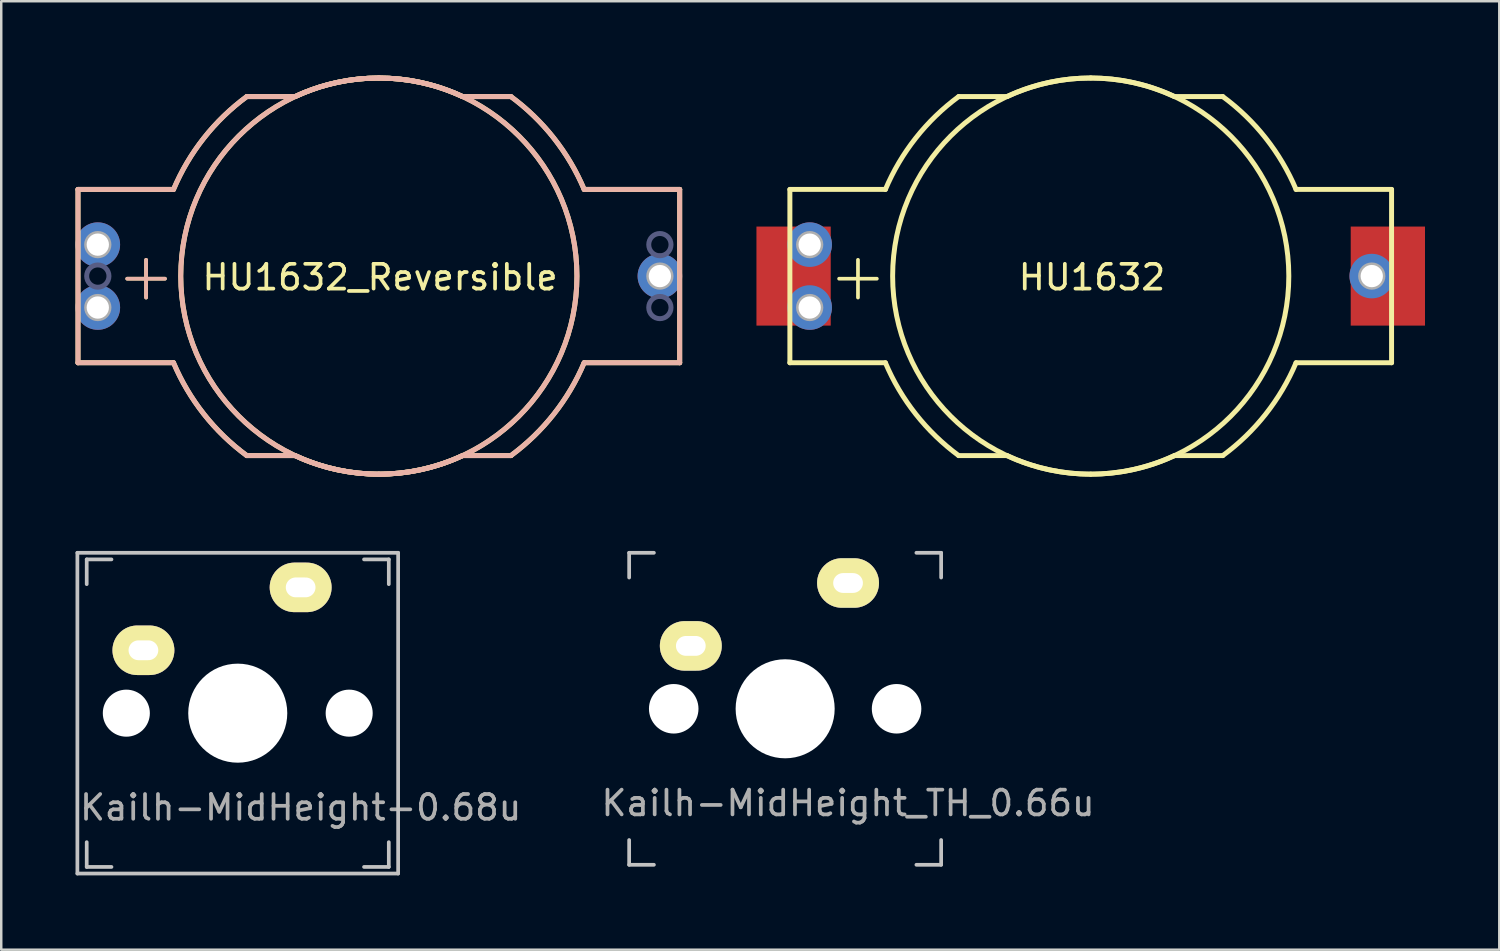
<source format=kicad_pcb>
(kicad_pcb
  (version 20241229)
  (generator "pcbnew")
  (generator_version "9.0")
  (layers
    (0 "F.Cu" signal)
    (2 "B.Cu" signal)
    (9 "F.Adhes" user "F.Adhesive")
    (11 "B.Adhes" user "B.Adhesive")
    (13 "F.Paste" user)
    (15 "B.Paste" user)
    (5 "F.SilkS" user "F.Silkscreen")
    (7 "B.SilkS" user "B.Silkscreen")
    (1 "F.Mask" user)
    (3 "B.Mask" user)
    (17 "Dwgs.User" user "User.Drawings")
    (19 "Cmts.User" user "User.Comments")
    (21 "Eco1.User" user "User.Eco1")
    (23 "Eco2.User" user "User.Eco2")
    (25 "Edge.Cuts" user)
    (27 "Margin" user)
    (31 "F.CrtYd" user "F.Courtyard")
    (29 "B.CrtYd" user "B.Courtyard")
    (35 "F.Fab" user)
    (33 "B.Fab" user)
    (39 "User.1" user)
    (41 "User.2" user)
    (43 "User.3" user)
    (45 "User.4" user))
  (footprint "HU1632_Reversible"
    (layer "F.Cu")
    (at 12.25 8.1)
    (property "Reference" "HU1632_Reversible" (at 0.05 0.05 0) (layer "F.SilkS") (effects (font (size 1 1) (thickness 0.15))))
    (attr through_hole)
    (fp_line (start -12.15 -3.5) (end -12.15 3.5) (stroke (width 0.2) (type solid)) (layer "F.SilkS"))
    (fp_line (start -8.292 -3.5) (end -12.15 -3.5) (stroke (width 0.2) (type solid)) (layer "F.SilkS"))
    (fp_line (start -8.292 3.5) (end -12.15 3.5) (stroke (width 0.2) (type solid)) (layer "F.SilkS"))
    (fp_line (start -5.333 -7.25) (end -3.382 -7.25) (stroke (width 0.2) (type solid)) (layer "F.SilkS"))
    (fp_line (start -5.333 7.25) (end -3.382 7.25) (stroke (width 0.2) (type solid)) (layer "F.SilkS"))
    (fp_line (start 5.333 -7.25) (end 3.382 -7.25) (stroke (width 0.2) (type solid)) (layer "F.SilkS"))
    (fp_line (start 5.333 7.25) (end 3.382 7.25) (stroke (width 0.2) (type solid)) (layer "F.SilkS"))
    (fp_line (start 8.292 -3.5) (end 12.15 -3.5) (stroke (width 0.2) (type solid)) (layer "F.SilkS"))
    (fp_line (start 8.292 3.5) (end 12.15 3.5) (stroke (width 0.2) (type solid)) (layer "F.SilkS"))
    (fp_line (start 12.15 -3.5) (end 12.15 3.5) (stroke (width 0.2) (type solid)) (layer "F.SilkS"))
    (fp_circle (center 0 0) (end 8 0) (stroke (width 0.2) (type solid)) (fill no) (layer "F.SilkS"))
    (fp_curve (pts (xy -8.292 3.5) (xy -7.661 4.994) (xy -6.639 6.289) (xy -5.333 7.25)) (stroke (width 0.2) (type solid)) (layer "F.SilkS"))
    (fp_curve (pts (xy -5.333 -7.25) (xy -6.639 -6.289) (xy -7.661 -4.994) (xy -8.292 -3.5)) (stroke (width 0.2) (type solid)) (layer "F.SilkS"))
    (fp_curve (pts (xy -3.382 7.25) (xy -2.323 7.744) (xy -1.169 8) (xy 0 8)) (stroke (width 0.2) (type solid)) (layer "F.SilkS"))
    (fp_curve (pts (xy 0 -8) (xy -1.169 -8) (xy -2.323 -7.744) (xy -3.382 -7.25)) (stroke (width 0.2) (type solid)) (layer "F.SilkS"))
    (fp_curve (pts (xy 0 8) (xy 1.169 8) (xy 2.323 7.744) (xy 3.382 7.25)) (stroke (width 0.2) (type solid)) (layer "F.SilkS"))
    (fp_curve (pts (xy 3.382 -7.25) (xy 2.323 -7.744) (xy 1.169 -8) (xy 0 -8)) (stroke (width 0.2) (type solid)) (layer "F.SilkS"))
    (fp_curve (pts (xy 5.333 7.25) (xy 6.639 6.289) (xy 7.661 4.994) (xy 8.292 3.5)) (stroke (width 0.2) (type solid)) (layer "F.SilkS"))
    (fp_curve (pts (xy 8.292 -3.5) (xy 7.661 -4.994) (xy 6.639 -6.289) (xy 5.333 -7.25)) (stroke (width 0.2) (type solid)) (layer "F.SilkS"))
    (fp_line (start -12.15 -3.5) (end -12.15 3.5) (stroke (width 0.2) (type solid)) (layer "B.SilkS"))
    (fp_line (start -8.292 -3.5) (end -12.15 -3.5) (stroke (width 0.2) (type solid)) (layer "B.SilkS"))
    (fp_line (start -8.292 3.5) (end -12.15 3.5) (stroke (width 0.2) (type solid)) (layer "B.SilkS"))
    (fp_line (start -5.333 -7.25) (end -3.382 -7.25) (stroke (width 0.2) (type solid)) (layer "B.SilkS"))
    (fp_line (start -5.333 7.25) (end -3.382 7.25) (stroke (width 0.2) (type solid)) (layer "B.SilkS"))
    (fp_line (start 5.333 -7.25) (end 3.382 -7.25) (stroke (width 0.2) (type solid)) (layer "B.SilkS"))
    (fp_line (start 5.333 7.25) (end 3.382 7.25) (stroke (width 0.2) (type solid)) (layer "B.SilkS"))
    (fp_line (start 8.292 -3.5) (end 12.15 -3.5) (stroke (width 0.2) (type solid)) (layer "B.SilkS"))
    (fp_line (start 8.292 3.5) (end 12.15 3.5) (stroke (width 0.2) (type solid)) (layer "B.SilkS"))
    (fp_line (start 12.15 -3.5) (end 12.15 3.5) (stroke (width 0.2) (type solid)) (layer "B.SilkS"))
    (fp_circle (center 0 0) (end -8 0) (stroke (width 0.2) (type solid)) (fill no) (layer "B.SilkS"))
    (fp_curve (pts (xy -8.292 -3.5) (xy -7.661 -4.994) (xy -6.639 -6.289) (xy -5.333 -7.25)) (stroke (width 0.2) (type solid)) (layer "B.SilkS"))
    (fp_curve (pts (xy -5.333 7.25) (xy -6.639 6.289) (xy -7.661 4.994) (xy -8.292 3.5)) (stroke (width 0.2) (type solid)) (layer "B.SilkS"))
    (fp_curve (pts (xy -3.382 -7.25) (xy -2.323 -7.744) (xy -1.169 -8) (xy 0 -8)) (stroke (width 0.2) (type solid)) (layer "B.SilkS"))
    (fp_curve (pts (xy 0 -8) (xy 1.169 -8) (xy 2.323 -7.744) (xy 3.382 -7.25)) (stroke (width 0.2) (type solid)) (layer "B.SilkS"))
    (fp_curve (pts (xy 0 8) (xy -1.169 8) (xy -2.323 7.744) (xy -3.382 7.25)) (stroke (width 0.2) (type solid)) (layer "B.SilkS"))
    (fp_curve (pts (xy 3.382 7.25) (xy 2.323 7.744) (xy 1.169 8) (xy 0 8)) (stroke (width 0.2) (type solid)) (layer "B.SilkS"))
    (fp_curve (pts (xy 5.333 -7.25) (xy 6.639 -6.289) (xy 7.661 -4.994) (xy 8.292 -3.5)) (stroke (width 0.2) (type solid)) (layer "B.SilkS"))
    (fp_curve (pts (xy 8.292 3.5) (xy 7.661 4.994) (xy 6.639 6.289) (xy 5.333 7.25)) (stroke (width 0.2) (type solid)) (layer "B.SilkS"))
    (fp_circle (center -11.35 0) (end -11.8 0) (stroke (width 0.2) (type solid)) (fill no) (layer "B.Fab"))
    (fp_circle (center 11.35 -1.27) (end 10.9 -1.27) (stroke (width 0.2) (type solid)) (fill no) (layer "B.Fab"))
    (fp_circle (center 11.35 1.27) (end 10.9 1.27) (stroke (width 0.2) (type solid)) (fill no) (layer "B.Fab"))
    (fp_circle (center -11.35 -1.27) (end -10.9 -1.27) (stroke (width 0.2) (type solid)) (fill no) (layer "F.Fab"))
    (fp_circle (center -11.35 1.27) (end -10.9 1.27) (stroke (width 0.2) (type solid)) (fill no) (layer "F.Fab"))
    (fp_circle (center 11.35 0) (end 11.8 0) (stroke (width 0.2) (type solid)) (fill no) (layer "F.Fab"))
    (fp_text user "+" (at -9.4 -0.05 0) (layer "F.SilkS") (effects (font (size 2 2) (thickness 0.15))))
    (fp_text user "+" (at -9.4 -0.05 0) (layer "B.SilkS") (effects (font (size 2 2) (thickness 0.15)) (justify mirror)))
    (pad "1" thru_hole circle (at -11.35 -1.27) (size 1.8 1.8) (drill 0.9) (layers "*.Cu" "*.Mask"))
    (pad "1" thru_hole circle (at -11.35 1.27) (size 1.8 1.8) (drill 0.9) (layers "*.Cu" "*.Mask"))
    (pad "2" thru_hole circle (at 11.35 0) (size 1.8 1.8) (drill 0.9) (layers "*.Cu" "*.Mask")))
  (footprint "Kailh-MidHeight_TH_0.66u"
    (layer "F.Cu")
    (at 28.659 25.575)
    (property "Reference" "Kailh-MidHeight_TH_0.66u" (at 2.54 3.81 0) (layer "F.Fab") (effects (font (size 1 1) (thickness 0.15))))
    (attr through_hole)
    (fp_line (start -6.3 -6.3) (end -6.3 -5.3) (stroke (width 0.15) (type solid)) (layer "Dwgs.User"))
    (fp_line (start -6.3 5.3) (end -6.3 6.3) (stroke (width 0.15) (type solid)) (layer "Dwgs.User"))
    (fp_line (start -6.3 6.3) (end -5.3 6.3) (stroke (width 0.15) (type solid)) (layer "Dwgs.User"))
    (fp_line (start -5.3 -6.3) (end -6.3 -6.3) (stroke (width 0.15) (type solid)) (layer "Dwgs.User"))
    (fp_line (start 5.3 6.3) (end 6.3 6.3) (stroke (width 0.15) (type solid)) (layer "Dwgs.User"))
    (fp_line (start 6.3 -6.3) (end 5.3 -6.3) (stroke (width 0.15) (type solid)) (layer "Dwgs.User"))
    (fp_line (start 6.3 -5.3) (end 6.3 -6.3) (stroke (width 0.15) (type solid)) (layer "Dwgs.User"))
    (fp_line (start 6.3 6.3) (end 6.3 5.3) (stroke (width 0.15) (type solid)) (layer "Dwgs.User"))
    (pad "" np_thru_hole circle (at -4.5 0 90) (size 2 2) (drill 2) (layers "*.Cu" "*.Mask"))
    (pad "" np_thru_hole circle (at 0 0 90) (size 4 4) (drill 4) (layers "*.Cu" "*.Mask"))
    (pad "" np_thru_hole circle (at 4.5 0 270) (size 2 2) (drill 2) (layers "*.Cu" "*.Mask"))
    (pad "1" thru_hole oval (at -3.81 -2.54) (size 2.5 2) (drill oval 1.2 0.8) (layers "*.Cu" "B.Mask" "F.SilkS"))
    (pad "2" thru_hole oval (at 2.54 -5.08) (size 2.5 2) (drill oval 1.2 0.8) (layers "*.Cu" "B.Mask" "F.SilkS")))
  (footprint "Kailh-MidHeight-0.68u"
    (layer "F.Cu")
    (at 6.552 25.752)
    (property "Reference" "Kailh-MidHeight-0.68u" (at 2.54 3.81 0) (layer "F.Fab") (effects (font (size 1 1) (thickness 0.15))))
    (attr through_hole)
    (fp_line (start -6.477 -6.477) (end 6.477 -6.477) (stroke (width 0.15) (type solid)) (layer "Dwgs.User"))
    (fp_line (start -6.477 6.477) (end -6.477 -6.477) (stroke (width 0.15) (type solid)) (layer "Dwgs.User"))
    (fp_line (start -6.1 -6.21) (end -6.1 -5.21) (stroke (width 0.15) (type solid)) (layer "Dwgs.User"))
    (fp_line (start -6.1 6.21) (end -6.1 5.21) (stroke (width 0.15) (type solid)) (layer "Dwgs.User"))
    (fp_line (start -5.1 -6.21) (end -6.1 -6.21) (stroke (width 0.15) (type solid)) (layer "Dwgs.User"))
    (fp_line (start -5.1 6.21) (end -6.1 6.21) (stroke (width 0.15) (type solid)) (layer "Dwgs.User"))
    (fp_line (start 5.1 -6.21) (end 6.1 -6.21) (stroke (width 0.15) (type solid)) (layer "Dwgs.User"))
    (fp_line (start 5.1 6.21) (end 6.1 6.21) (stroke (width 0.15) (type solid)) (layer "Dwgs.User"))
    (fp_line (start 6.1 -6.21) (end 6.1 -5.21) (stroke (width 0.15) (type solid)) (layer "Dwgs.User"))
    (fp_line (start 6.1 6.21) (end 6.1 5.21) (stroke (width 0.15) (type solid)) (layer "Dwgs.User"))
    (fp_line (start 6.477 -6.477) (end 6.477 6.477) (stroke (width 0.15) (type solid)) (layer "Dwgs.User"))
    (fp_line (start 6.477 6.477) (end -6.477 6.477) (stroke (width 0.15) (type solid)) (layer "Dwgs.User"))
    (pad "" np_thru_hole circle (at -4.5 0) (size 1.9 1.9) (drill 1.9) (layers "*.Cu" "*.Mask"))
    (pad "" np_thru_hole circle (at 0 0 270) (size 4 4) (drill 4) (layers "*.Cu" "*.Mask"))
    (pad "" np_thru_hole circle (at 4.5 0 180) (size 1.9 1.9) (drill 1.9) (layers "*.Cu" "*.Mask"))
    (pad "1" thru_hole oval (at -3.81 -2.54) (size 2.5 2) (drill oval 1.2 0.8) (layers "*.Cu" "B.Mask" "F.SilkS"))
    (pad "2" thru_hole oval (at 2.54 -5.08) (size 2.5 2) (drill oval 1.2 0.8) (layers "*.Cu" "B.Mask" "F.SilkS")))
  (footprint "HU1632"
    (layer "F.Cu")
    (at 41 8.1)
    (property "Reference" "HU1632" (at 0.05 0.05 0) (layer "F.SilkS") (effects (font (size 1 1) (thickness 0.15))))
    (attr through_hole)
    (fp_line (start -12.15 -3.5) (end -12.15 3.5) (stroke (width 0.2) (type solid)) (layer "F.SilkS"))
    (fp_line (start -8.292 -3.5) (end -12.15 -3.5) (stroke (width 0.2) (type solid)) (layer "F.SilkS"))
    (fp_line (start -8.292 3.5) (end -12.15 3.5) (stroke (width 0.2) (type solid)) (layer "F.SilkS"))
    (fp_line (start -5.333 -7.25) (end -3.382 -7.25) (stroke (width 0.2) (type solid)) (layer "F.SilkS"))
    (fp_line (start -5.333 7.25) (end -3.382 7.25) (stroke (width 0.2) (type solid)) (layer "F.SilkS"))
    (fp_line (start 5.333 -7.25) (end 3.382 -7.25) (stroke (width 0.2) (type solid)) (layer "F.SilkS"))
    (fp_line (start 5.333 7.25) (end 3.382 7.25) (stroke (width 0.2) (type solid)) (layer "F.SilkS"))
    (fp_line (start 8.292 -3.5) (end 12.15 -3.5) (stroke (width 0.2) (type solid)) (layer "F.SilkS"))
    (fp_line (start 8.292 3.5) (end 12.15 3.5) (stroke (width 0.2) (type solid)) (layer "F.SilkS"))
    (fp_line (start 12.15 -3.5) (end 12.15 3.5) (stroke (width 0.2) (type solid)) (layer "F.SilkS"))
    (fp_circle (center 0 0) (end 8 0) (stroke (width 0.2) (type solid)) (fill no) (layer "F.SilkS"))
    (fp_curve (pts (xy -8.292 3.5) (xy -7.661 4.994) (xy -6.639 6.289) (xy -5.333 7.25)) (stroke (width 0.2) (type solid)) (layer "F.SilkS"))
    (fp_curve (pts (xy -5.333 -7.25) (xy -6.639 -6.289) (xy -7.661 -4.994) (xy -8.292 -3.5)) (stroke (width 0.2) (type solid)) (layer "F.SilkS"))
    (fp_curve (pts (xy -3.382 7.25) (xy -2.323 7.744) (xy -1.169 8) (xy 0 8)) (stroke (width 0.2) (type solid)) (layer "F.SilkS"))
    (fp_curve (pts (xy 0 -8) (xy -1.169 -8) (xy -2.323 -7.744) (xy -3.382 -7.25)) (stroke (width 0.2) (type solid)) (layer "F.SilkS"))
    (fp_curve (pts (xy 0 8) (xy 1.169 8) (xy 2.323 7.744) (xy 3.382 7.25)) (stroke (width 0.2) (type solid)) (layer "F.SilkS"))
    (fp_curve (pts (xy 3.382 -7.25) (xy 2.323 -7.744) (xy 1.169 -8) (xy 0 -8)) (stroke (width 0.2) (type solid)) (layer "F.SilkS"))
    (fp_curve (pts (xy 5.333 7.25) (xy 6.639 6.289) (xy 7.661 4.994) (xy 8.292 3.5)) (stroke (width 0.2) (type solid)) (layer "F.SilkS"))
    (fp_curve (pts (xy 8.292 -3.5) (xy 7.661 -4.994) (xy 6.639 -6.289) (xy 5.333 -7.25)) (stroke (width 0.2) (type solid)) (layer "F.SilkS"))
    (fp_circle (center -11.35 -1.27) (end -10.9 -1.27) (stroke (width 0.2) (type solid)) (fill no) (layer "F.Fab"))
    (fp_circle (center -11.35 1.27) (end -10.9 1.27) (stroke (width 0.2) (type solid)) (fill no) (layer "F.Fab"))
    (fp_circle (center 11.35 0) (end 11.8 0) (stroke (width 0.2) (type solid)) (fill no) (layer "F.Fab"))
    (fp_text user "+" (at -9.4 -0.05 0) (layer "F.SilkS") (effects (font (size 2 2) (thickness 0.15))))
    (pad "1" smd rect (at -12 0) (size 3 4) (layers "F.Cu" "F.Mask" "F.Paste"))
    (pad "1" thru_hole circle (at -11.35 -1.27) (size 1.8 1.8) (drill 0.9) (layers "*.Cu" "*.Mask"))
    (pad "1" thru_hole circle (at -11.35 1.27) (size 1.8 1.8) (drill 0.9) (layers "*.Cu" "*.Mask"))
    (pad "2" thru_hole circle (at 11.35 0) (size 1.8 1.8) (drill 0.9) (layers "*.Cu" "*.Mask"))
    (pad "2" smd rect (at 12 0) (size 3 4) (layers "F.Cu" "F.Mask" "F.Paste")))
  (gr_rect
    (start -3 -3)
    (end 57.5 35.304)
    (stroke (width 0.1) (type default))
    (fill no)
    (layer "Edge.Cuts")))
</source>
